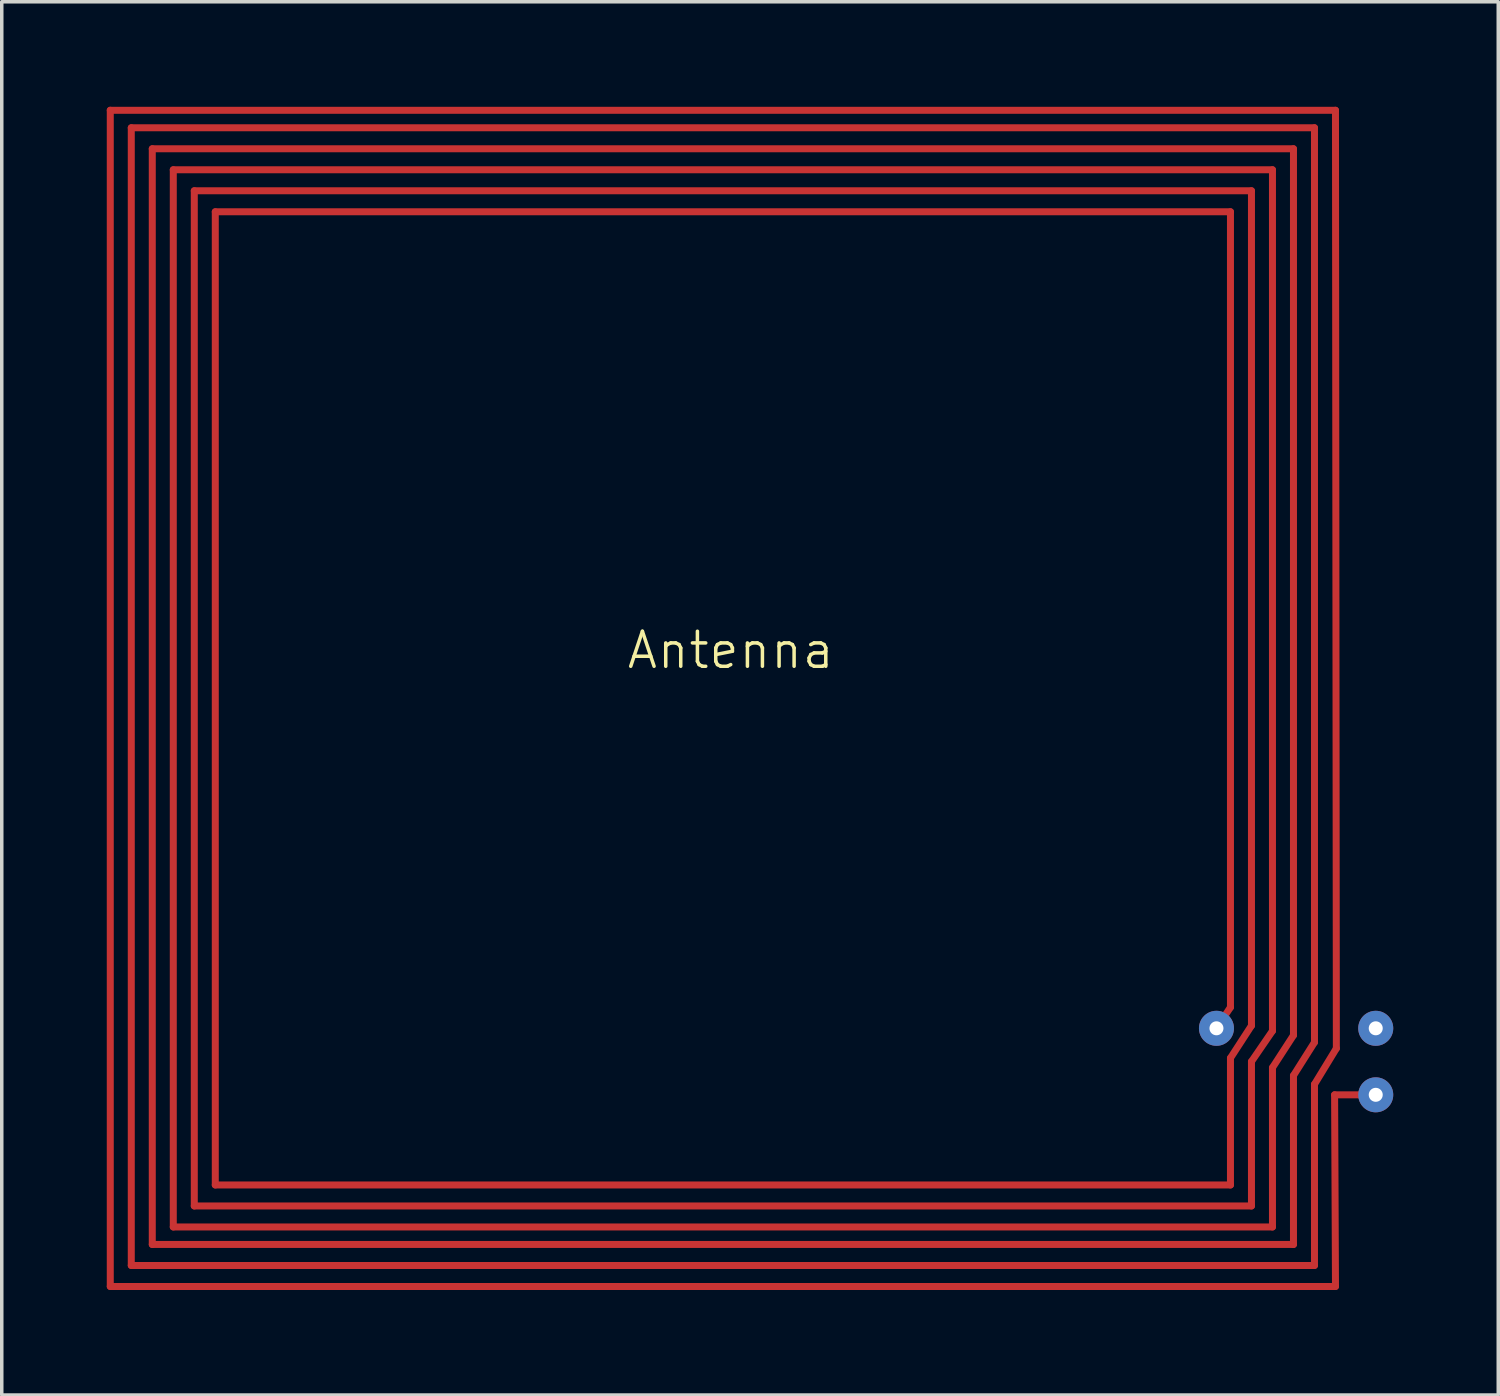
<source format=kicad_pcb>
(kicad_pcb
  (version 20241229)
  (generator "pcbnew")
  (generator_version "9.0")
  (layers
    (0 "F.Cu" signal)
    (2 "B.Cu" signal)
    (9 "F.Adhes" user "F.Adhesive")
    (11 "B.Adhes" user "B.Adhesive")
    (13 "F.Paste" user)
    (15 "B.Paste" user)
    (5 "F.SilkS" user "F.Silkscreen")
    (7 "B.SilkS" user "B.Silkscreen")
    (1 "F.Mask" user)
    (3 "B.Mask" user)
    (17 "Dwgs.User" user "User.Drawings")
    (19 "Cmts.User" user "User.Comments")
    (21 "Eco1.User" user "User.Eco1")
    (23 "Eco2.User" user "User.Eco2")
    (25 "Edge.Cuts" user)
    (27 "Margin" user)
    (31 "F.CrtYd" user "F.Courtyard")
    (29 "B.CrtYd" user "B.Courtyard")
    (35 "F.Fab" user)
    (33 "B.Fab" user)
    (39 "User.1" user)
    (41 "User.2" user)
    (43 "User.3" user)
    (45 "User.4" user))
  (footprint "Antenna"
    (layer "F.Cu")
    (at 17.6 16.9)
    (property "Reference" "Antenna" (at 0.225 -1.375 0) (unlocked yes) (layer "F.SilkS") (effects (font (size 1 1) (thickness 0.1))))
    (attr smd)
    (fp_line (start -17.5 -16.8) (end 17.5 -16.8) (stroke (width 0.2) (type default)) (layer "F.Cu"))
    (fp_line (start -17.5 16.8) (end -17.5 -16.8) (stroke (width 0.2) (type default)) (layer "F.Cu"))
    (fp_line (start -16.9 -16.3) (end 16.9 -16.3) (stroke (width 0.2) (type default)) (layer "F.Cu"))
    (fp_line (start -16.9 16.2) (end -16.9 -16.3) (stroke (width 0.2) (type default)) (layer "F.Cu"))
    (fp_line (start -16.3 -15.7) (end 16.3 -15.7) (stroke (width 0.2) (type default)) (layer "F.Cu"))
    (fp_line (start -16.3 15.6) (end -16.3 -15.7) (stroke (width 0.2) (type default)) (layer "F.Cu"))
    (fp_line (start -15.7 -15.1) (end 15.7 -15.1) (stroke (width 0.2) (type default)) (layer "F.Cu"))
    (fp_line (start -15.7 15.1) (end -15.7 -15.1) (stroke (width 0.2) (type default)) (layer "F.Cu"))
    (fp_line (start -15.1 -14.5) (end 15.1 -14.5) (stroke (width 0.2) (type default)) (layer "F.Cu"))
    (fp_line (start -15.1 14.5) (end -15.1 -14.5) (stroke (width 0.2) (type default)) (layer "F.Cu"))
    (fp_line (start -14.5 -13.9) (end 14.5 -13.9) (stroke (width 0.2) (type default)) (layer "F.Cu"))
    (fp_line (start -14.5 13.9) (end -14.5 -13.9) (stroke (width 0.2) (type default)) (layer "F.Cu"))
    (fp_line (start 14.5 -13.9) (end 14.5 8.825) (stroke (width 0.2) (type default)) (layer "F.Cu"))
    (fp_line (start 14.5 8.825) (end 14.1 9.425) (stroke (width 0.2) (type default)) (layer "F.Cu"))
    (fp_line (start 14.5 10.275) (end 14.5 13.9) (stroke (width 0.2) (type default)) (layer "F.Cu"))
    (fp_line (start 14.5 13.9) (end -14.5 13.9) (stroke (width 0.2) (type default)) (layer "F.Cu"))
    (fp_line (start 15.1 -14.5) (end 15.1 9.35) (stroke (width 0.2) (type default)) (layer "F.Cu"))
    (fp_line (start 15.1 9.35) (end 14.5 10.275) (stroke (width 0.2) (type default)) (layer "F.Cu"))
    (fp_line (start 15.1 10.375) (end 15.1 14.5) (stroke (width 0.2) (type default)) (layer "F.Cu"))
    (fp_line (start 15.1 14.5) (end -15.1 14.5) (stroke (width 0.2) (type default)) (layer "F.Cu"))
    (fp_line (start 15.7 -15.1) (end 15.7 9.5) (stroke (width 0.2) (type default)) (layer "F.Cu"))
    (fp_line (start 15.7 9.5) (end 15.1 10.375) (stroke (width 0.2) (type default)) (layer "F.Cu"))
    (fp_line (start 15.7 10.55) (end 15.7 15.1) (stroke (width 0.2) (type default)) (layer "F.Cu"))
    (fp_line (start 15.7 15.1) (end -15.7 15.1) (stroke (width 0.2) (type default)) (layer "F.Cu"))
    (fp_line (start 16.3 -15.7) (end 16.3 9.625) (stroke (width 0.2) (type default)) (layer "F.Cu"))
    (fp_line (start 16.3 9.625) (end 15.7 10.55) (stroke (width 0.2) (type default)) (layer "F.Cu"))
    (fp_line (start 16.3 10.775) (end 16.3 15.6) (stroke (width 0.2) (type default)) (layer "F.Cu"))
    (fp_line (start 16.3 15.6) (end -16.3 15.6) (stroke (width 0.2) (type default)) (layer "F.Cu"))
    (fp_line (start 16.4 16.2) (end -16.9 16.2) (stroke (width 0.2) (type default)) (layer "F.Cu"))
    (fp_line (start 16.9 -16.3) (end 16.9 9.825) (stroke (width 0.2) (type default)) (layer "F.Cu"))
    (fp_line (start 16.9 9.825) (end 16.3 10.775) (stroke (width 0.2) (type default)) (layer "F.Cu"))
    (fp_line (start 16.9 11.025) (end 16.9 14.05) (stroke (width 0.2) (type default)) (layer "F.Cu"))
    (fp_line (start 16.9 14.05) (end 16.9 16.2) (stroke (width 0.2) (type default)) (layer "F.Cu"))
    (fp_line (start 16.9 16.2) (end 16.4 16.2) (stroke (width 0.2) (type default)) (layer "F.Cu"))
    (fp_line (start 17.5 -16.8) (end 17.525 10) (stroke (width 0.2) (type default)) (layer "F.Cu"))
    (fp_line (start 17.5 16.8) (end -17.5 16.8) (stroke (width 0.2) (type default)) (layer "F.Cu"))
    (fp_line (start 17.5 16.8) (end 17.475 11.325) (stroke (width 0.2) (type default)) (layer "F.Cu"))
    (fp_line (start 17.525 10) (end 16.9 11.025) (stroke (width 0.2) (type default)) (layer "F.Cu"))
    (fp_line (start 18.65 11.325) (end 17.475 11.325) (stroke (width 0.2) (type default)) (layer "F.Cu"))
    (pad "A" thru_hole circle (at 18.65 11.325) (size 1 1) (drill 0.4) (layers "*.Cu" "*.Mask"))
    (pad "B" thru_hole circle (at 14.1 9.425) (size 1 1) (drill 0.4) (layers "*.Cu" "*.Mask"))
    (pad "B" thru_hole circle (at 18.65 9.425) (size 1 1) (drill 0.4) (layers "*.Cu" "*.Mask")))
  (gr_rect
    (start -3 -3)
    (end 39.75 36.8)
    (stroke (width 0.1) (type default))
    (fill no)
    (layer "Edge.Cuts")))
</source>
